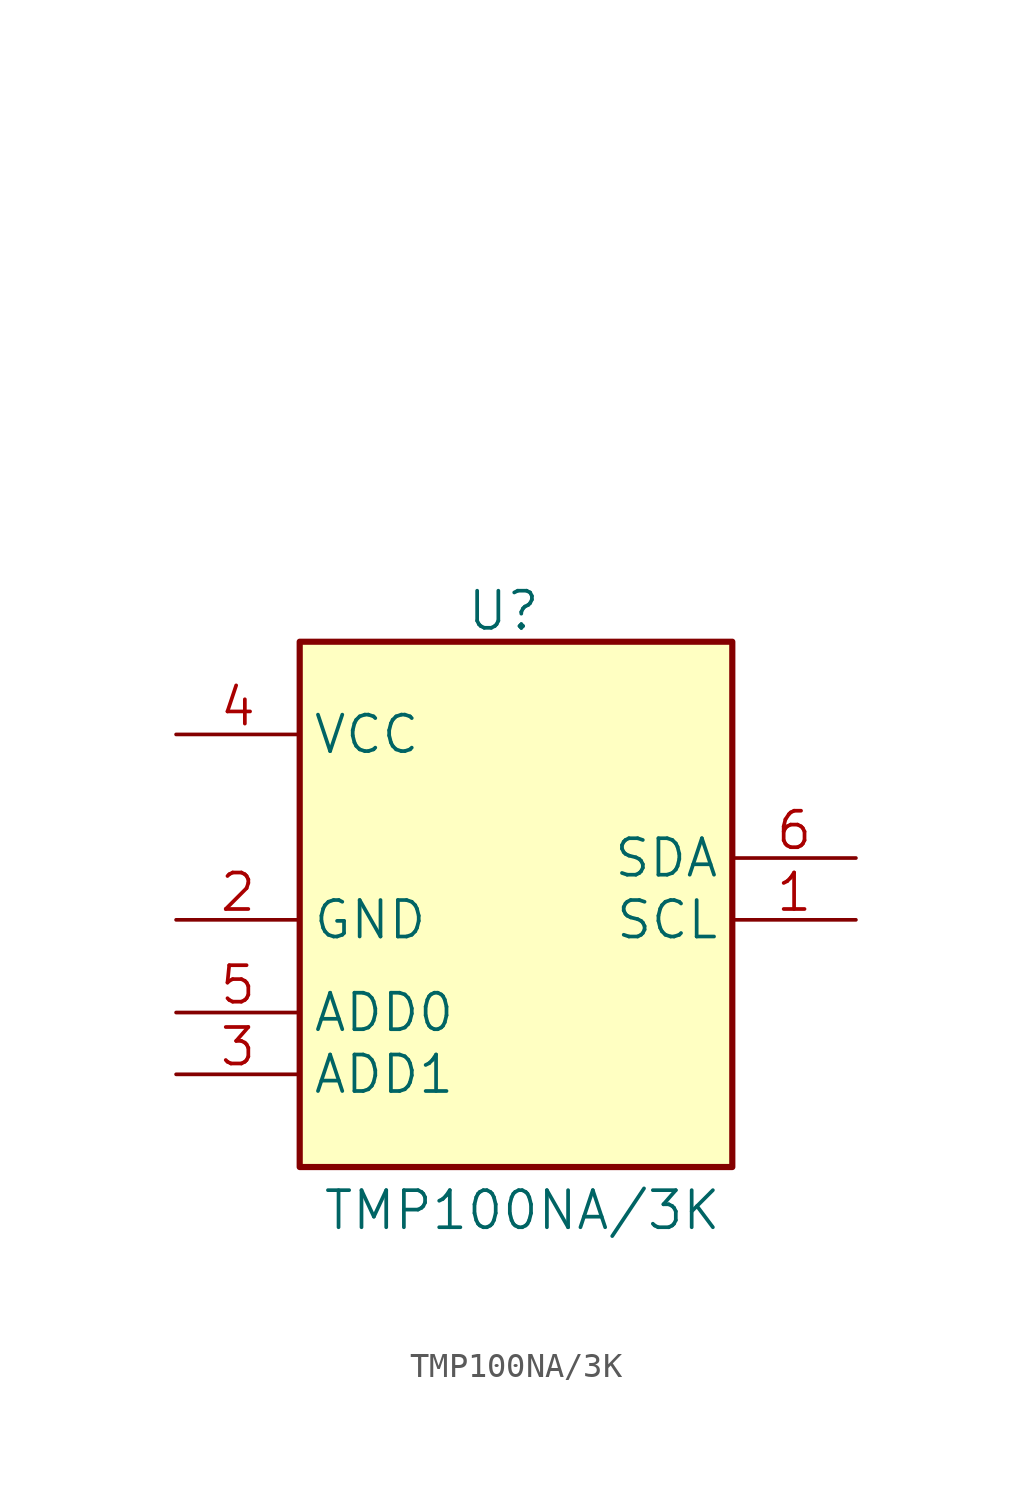
<source format=kicad_sym>
(kicad_symbol_lib
  (version 20231120)
  (generator "kicad_symbol_editor")
  (generator_version "8.0")
  (symbol "TMP100NA/3K"
    (property "Reference" "U"
      (at 16.002 5.08 0)
      (do_not_autoplace)
      (effects (font (size 1.524 1.524))))
    (property "Value" "TMP100NA{slash}3K"
      (at 16.764 -19.558 0)
      (do_not_autoplace)
      (effects (font (size 1.524 1.524))))
    (property "Datasheet" ""
      (at 6.35 21.59 0)
      (effects (font (size 1.524 1.524))))
    (symbol "TMP100NA/3K_1_1"
      (rectangle (start 7.62 3.81) (end 25.4 -17.78) (stroke (width 0.254) (type default)) (fill (type background)))
      (pin unspecified line (at 30.48 -7.62 180) (length 5.08) (name "SCL" (effects (font (size 1.499 1.499)))) (number "1" (effects (font (size 1.499 1.499)))))
      (pin passive line (at 2.54 -7.62 0) (length 5.08) (name "GND" (effects (font (size 1.499 1.499)))) (number "2" (effects (font (size 1.499 1.499)))))
      (pin unspecified line (at 2.54 -13.97 0) (length 5.08) (name "ADD1" (effects (font (size 1.499 1.499)))) (number "3" (effects (font (size 1.499 1.499)))))
      (pin passive line (at 2.54 0 0) (length 5.08) (name "VCC" (effects (font (size 1.499 1.499)))) (number "4" (effects (font (size 1.499 1.499)))))
      (pin unspecified line (at 2.54 -11.43 0) (length 5.08) (name "ADD0" (effects (font (size 1.499 1.499)))) (number "5" (effects (font (size 1.499 1.499)))))
      (pin unspecified line (at 30.48 -5.08 180) (length 5.08) (name "SDA" (effects (font (size 1.499 1.499)))) (number "6" (effects (font (size 1.499 1.499))))))))
</source>
